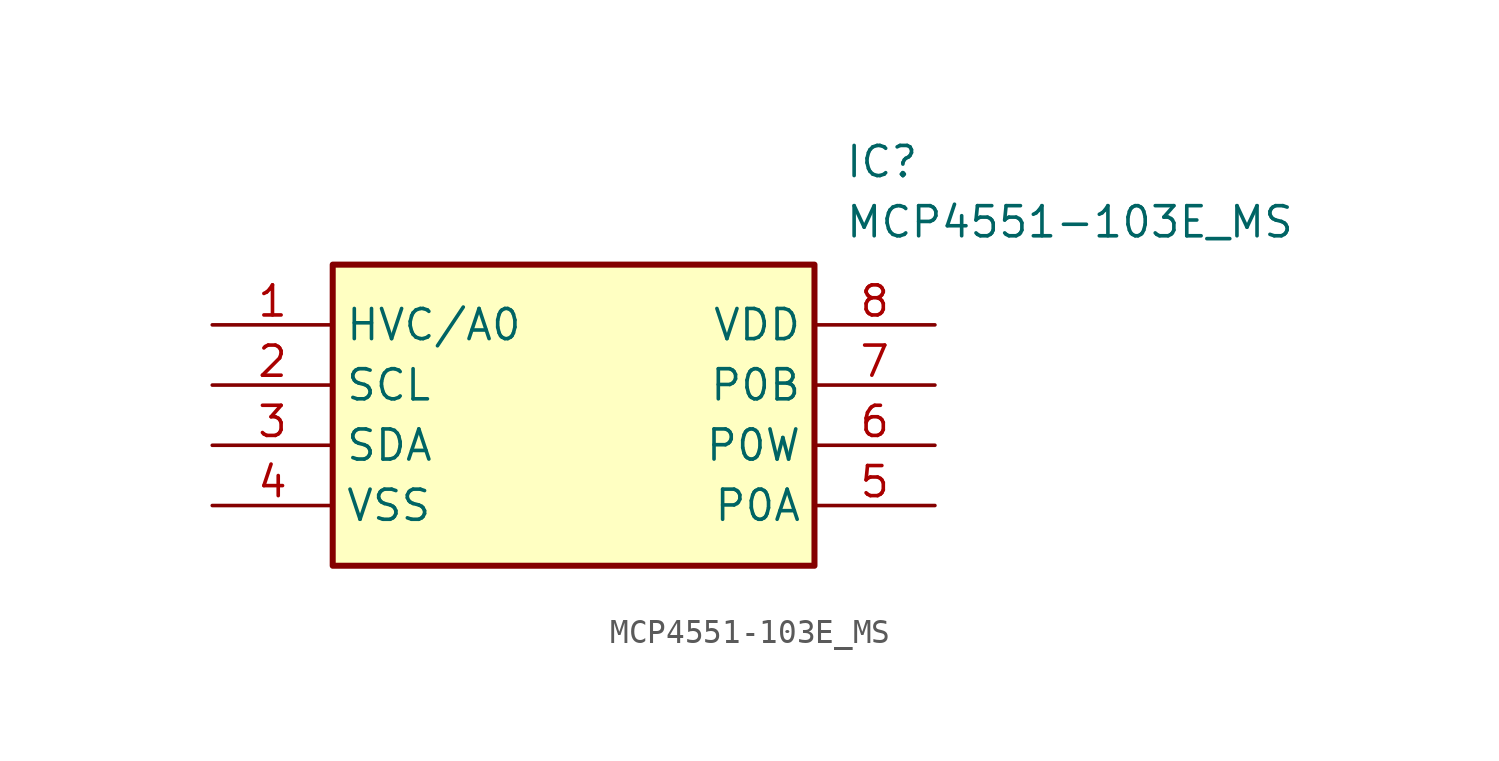
<source format=kicad_sym>
(kicad_symbol_lib
  (version 20211014)
  (generator SamacSys_ECAD_Model)
  (symbol "MCP4551-103E_MS"
    (property "Reference" "IC"
      (at 26.67 7.62 0)
      (effects (font (size 1.27 1.27)) (justify left top)))
    (property "Value" "MCP4551-103E_MS"
      (at 26.67 5.08 0)
      (effects (font (size 1.27 1.27)) (justify left top)))
    (rectangle
      (start 5.08 2.54)
      (end 25.4 -10.16)
      (stroke (width 0.254) (type default))
      (fill (type background)))
    (pin passive line
      (at 0 0 0)
      (length 5.08)
      (name "HVC/A0" (effects (font (size 1.27 1.27))))
      (number "1" (effects (font (size 1.27 1.27)))))
    (pin passive line
      (at 0 -2.54 0)
      (length 5.08)
      (name "SCL" (effects (font (size 1.27 1.27))))
      (number "2" (effects (font (size 1.27 1.27)))))
    (pin passive line
      (at 0 -5.08 0)
      (length 5.08)
      (name "SDA" (effects (font (size 1.27 1.27))))
      (number "3" (effects (font (size 1.27 1.27)))))
    (pin passive line
      (at 0 -7.62 0)
      (length 5.08)
      (name "VSS" (effects (font (size 1.27 1.27))))
      (number "4" (effects (font (size 1.27 1.27)))))
    (pin passive line
      (at 30.48 0 180)
      (length 5.08)
      (name "VDD" (effects (font (size 1.27 1.27))))
      (number "8" (effects (font (size 1.27 1.27)))))
    (pin passive line
      (at 30.48 -2.54 180)
      (length 5.08)
      (name "P0B" (effects (font (size 1.27 1.27))))
      (number "7" (effects (font (size 1.27 1.27)))))
    (pin passive line
      (at 30.48 -5.08 180)
      (length 5.08)
      (name "P0W" (effects (font (size 1.27 1.27))))
      (number "6" (effects (font (size 1.27 1.27)))))
    (pin passive line
      (at 30.48 -7.62 180)
      (length 5.08)
      (name "P0A" (effects (font (size 1.27 1.27))))
      (number "5" (effects (font (size 1.27 1.27)))))))
</source>
